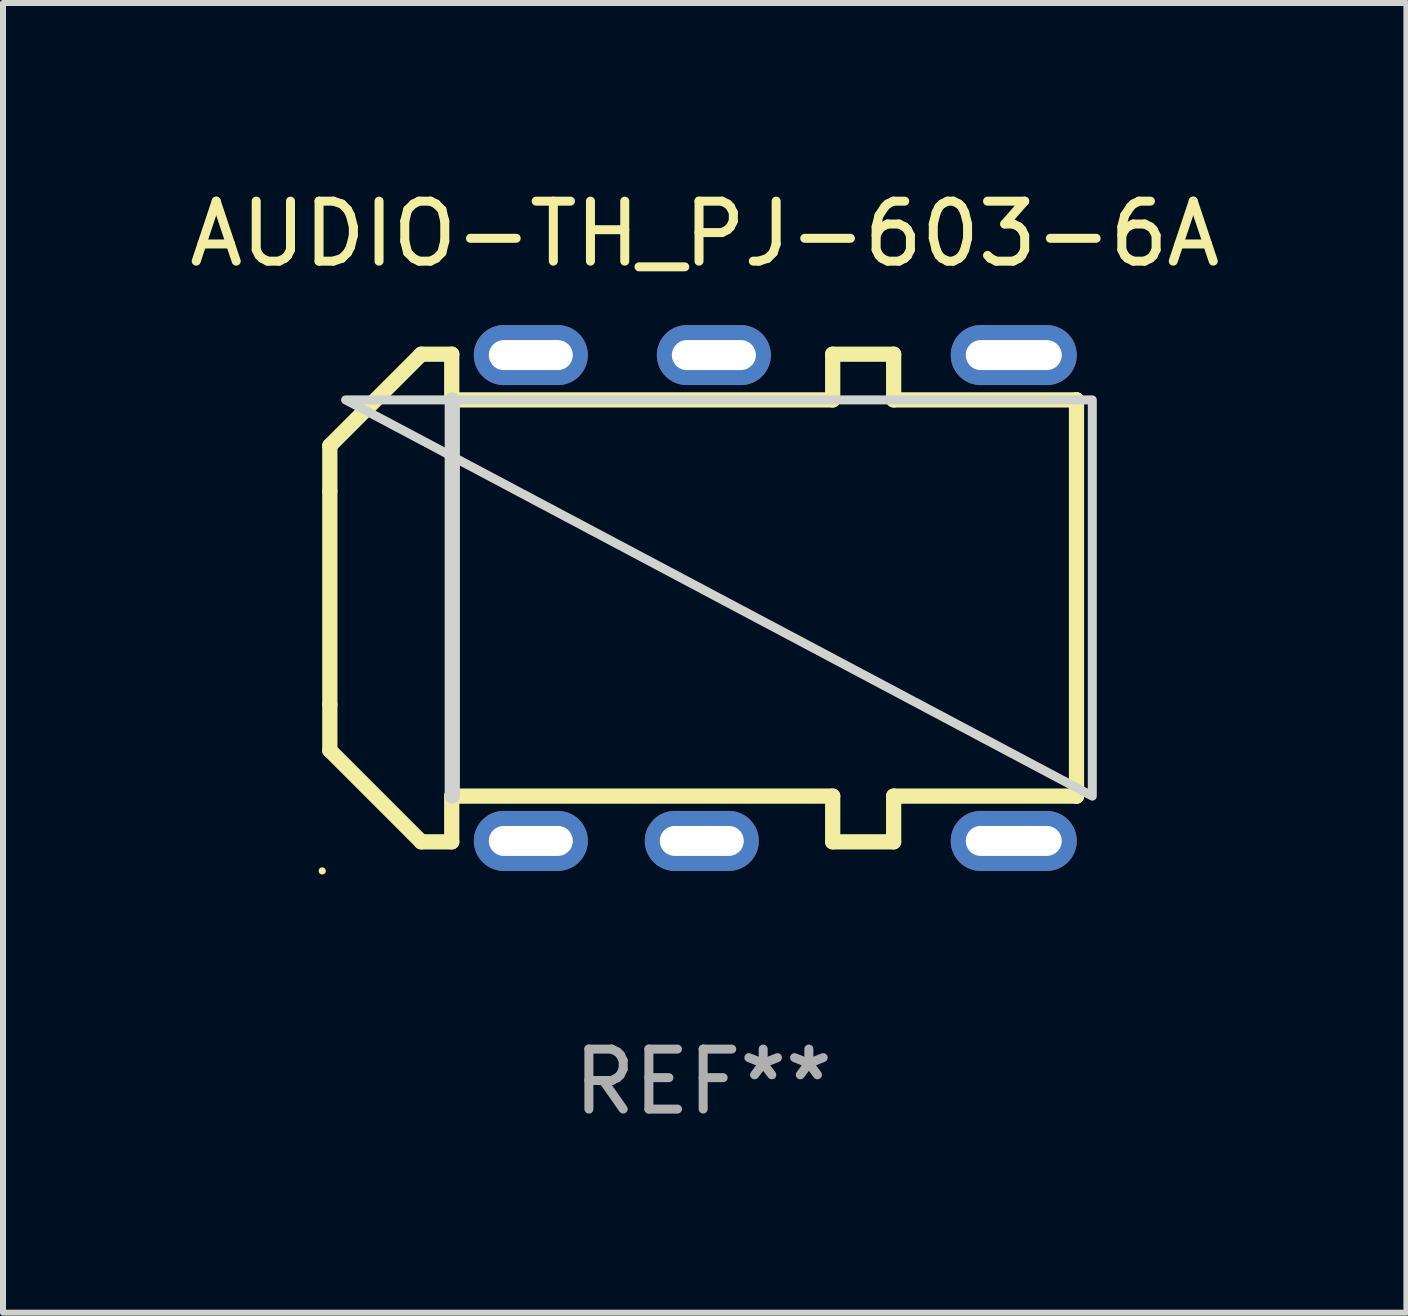
<source format=kicad_pcb>
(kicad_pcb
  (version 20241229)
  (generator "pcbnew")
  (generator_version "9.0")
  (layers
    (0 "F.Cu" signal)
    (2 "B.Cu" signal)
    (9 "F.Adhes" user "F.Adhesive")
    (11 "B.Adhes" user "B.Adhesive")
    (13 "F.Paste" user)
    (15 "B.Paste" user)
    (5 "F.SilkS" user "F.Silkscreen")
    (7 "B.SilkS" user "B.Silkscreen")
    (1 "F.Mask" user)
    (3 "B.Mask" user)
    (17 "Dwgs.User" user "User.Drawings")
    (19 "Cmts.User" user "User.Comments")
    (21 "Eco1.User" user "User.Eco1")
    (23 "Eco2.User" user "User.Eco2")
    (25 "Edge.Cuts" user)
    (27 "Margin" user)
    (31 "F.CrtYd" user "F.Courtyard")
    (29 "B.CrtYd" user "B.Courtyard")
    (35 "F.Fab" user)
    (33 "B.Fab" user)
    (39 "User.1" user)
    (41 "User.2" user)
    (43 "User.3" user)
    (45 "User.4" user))
  (footprint "AUDIO-TH_PJ-603-6A"
    (layer "F.Cu")
    (at 9.823 6.918)
    (property "Reference" "AUDIO-TH_PJ-603-6A" (at -1.126 -6.07 0) (layer "F.SilkS") (effects (font (size 1 1) (thickness 0.15))))
    (attr through_hole)
    (fp_line (start -7.375 -2.54) (end -5.851 -4.064) (stroke (width 0.254) (type solid)) (layer "F.SilkS"))
    (fp_line (start -7.375 -1.778) (end -7.375 -2.54) (stroke (width 0.254) (type solid)) (layer "F.SilkS"))
    (fp_line (start -7.375 -1.778) (end -7.375 1.778) (stroke (width 0.254) (type solid)) (layer "F.SilkS"))
    (fp_line (start -7.375 1.778) (end -7.375 2.54) (stroke (width 0.254) (type solid)) (layer "F.SilkS"))
    (fp_line (start -7.375 2.54) (end -5.851 4.064) (stroke (width 0.254) (type solid)) (layer "F.SilkS"))
    (fp_line (start -5.851 -4.064) (end -5.343 -4.064) (stroke (width 0.254) (type solid)) (layer "F.SilkS"))
    (fp_line (start -5.851 4.064) (end -5.343 4.064) (stroke (width 0.254) (type solid)) (layer "F.SilkS"))
    (fp_line (start -5.343 -4.064) (end -5.343 -3.302) (stroke (width 0.254) (type solid)) (layer "F.SilkS"))
    (fp_line (start -5.343 -3.302) (end 1.007 -3.302) (stroke (width 0.254) (type solid)) (layer "F.SilkS"))
    (fp_line (start -5.343 3.302) (end 1.007 3.302) (stroke (width 0.254) (type solid)) (layer "F.SilkS"))
    (fp_line (start -5.343 4.064) (end -5.343 3.302) (stroke (width 0.254) (type solid)) (layer "F.SilkS"))
    (fp_line (start 1.007 -4.064) (end 2.023 -4.064) (stroke (width 0.254) (type solid)) (layer "F.SilkS"))
    (fp_line (start 1.007 -3.302) (end 1.007 -4.064) (stroke (width 0.254) (type solid)) (layer "F.SilkS"))
    (fp_line (start 1.007 3.302) (end 1.007 4.064) (stroke (width 0.254) (type solid)) (layer "F.SilkS"))
    (fp_line (start 1.007 4.064) (end 2.023 4.064) (stroke (width 0.254) (type solid)) (layer "F.SilkS"))
    (fp_line (start 2.023 -4.064) (end 2.023 -3.302) (stroke (width 0.254) (type solid)) (layer "F.SilkS"))
    (fp_line (start 2.023 -3.302) (end 5.071 -3.302) (stroke (width 0.254) (type solid)) (layer "F.SilkS"))
    (fp_line (start 2.023 3.302) (end 5.071 3.302) (stroke (width 0.254) (type solid)) (layer "F.SilkS"))
    (fp_line (start 2.023 4.064) (end 2.023 3.302) (stroke (width 0.254) (type solid)) (layer "F.SilkS"))
    (fp_line (start 5.071 -3.302) (end 5.071 -3.302) (stroke (width 0.254) (type solid)) (layer "F.SilkS"))
    (fp_line (start 5.071 -3.302) (end 5.071 3.302) (stroke (width 0.254) (type solid)) (layer "F.SilkS"))
    (fp_line (start 5.071 3.302) (end 5.071 3.302) (stroke (width 0.254) (type solid)) (layer "F.SilkS"))
    (fp_circle (center -7.502 4.549) (end -7.472 4.549) (stroke (width 0.06) (type solid)) (fill no) (layer "F.SilkS"))
    (fp_line (start -5.334 -3.302) (end -5.334 3.302) (stroke (width 0.254) (type solid)) (layer "Edge.Cuts"))
    (fp_poly (pts (xy -7.112 -3.302) (xy 5.334 -3.302) (xy 5.334 3.302)) (stroke (width 0.15) (type solid)) (fill no) (layer "Edge.Cuts"))
    (fp_text user "REF**" (at -1.152 8.064 0) (layer "F.Fab") (effects (font (size 1 1) (thickness 0.15))))
    (pad "1" thru_hole oval (at -4.025 -4.049) (size 1.9 1) (drill oval 1.4 0.5) (layers "*.Cu" "*.Mask"))
    (pad "2" thru_hole oval (at -0.974 -4.049) (size 1.9 1) (drill oval 1.4 0.5) (layers "*.Cu" "*.Mask"))
    (pad "3" thru_hole oval (at 4.025 -4.049) (size 2.1 1) (drill oval 1.6 0.5) (layers "*.Cu" "*.Mask"))
    (pad "4" thru_hole oval (at 4.025 4.049) (size 2.1 1) (drill oval 1.6 0.5) (layers "*.Cu" "*.Mask"))
    (pad "5" thru_hole oval (at -1.175 4.049) (size 1.9 1) (drill oval 1.4 0.5) (layers "*.Cu" "*.Mask"))
    (pad "6" thru_hole oval (at -4.025 4.049) (size 1.9 1) (drill oval 1.4 0.5) (layers "*.Cu" "*.Mask")))
  (gr_rect
    (start -3 -3)
    (end 20.393 18.83)
    (stroke (width 0.1) (type default))
    (fill no)
    (layer "Edge.Cuts")))
</source>
